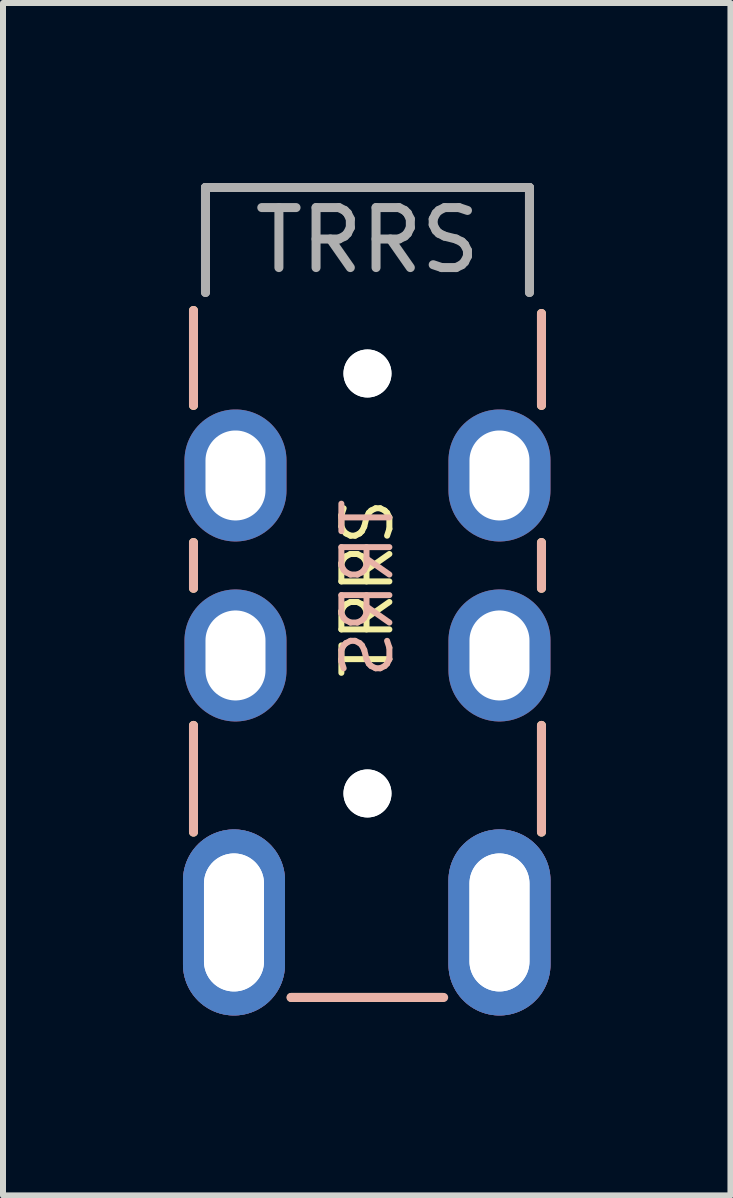
<source format=kicad_pcb>
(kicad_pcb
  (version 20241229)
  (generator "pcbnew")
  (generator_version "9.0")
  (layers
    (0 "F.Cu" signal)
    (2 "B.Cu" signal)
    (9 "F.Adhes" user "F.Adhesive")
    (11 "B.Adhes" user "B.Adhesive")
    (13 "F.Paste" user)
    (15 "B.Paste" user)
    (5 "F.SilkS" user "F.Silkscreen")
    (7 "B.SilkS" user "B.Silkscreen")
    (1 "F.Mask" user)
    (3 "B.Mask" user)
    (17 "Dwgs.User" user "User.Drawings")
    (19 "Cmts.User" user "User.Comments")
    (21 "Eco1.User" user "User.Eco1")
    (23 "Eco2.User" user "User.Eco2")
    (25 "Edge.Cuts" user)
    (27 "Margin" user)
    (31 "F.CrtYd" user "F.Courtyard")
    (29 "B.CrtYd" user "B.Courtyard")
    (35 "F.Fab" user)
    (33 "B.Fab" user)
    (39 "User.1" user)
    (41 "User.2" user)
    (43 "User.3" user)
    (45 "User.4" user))
  (footprint "TRRS"
    (layer "F.Cu")
    (at 3.075 1.675)
    (property "Reference" "TRRS" (at 0 -0.72 180) (layer "F.Fab") (effects (font (size 1 1) (thickness 0.15))))
    (fp_line (start -2.9 2.032) (end -2.9 0.45) (stroke (width 0.15) (type solid)) (layer "F.SilkS"))
    (fp_line (start -2.9 4.318) (end -2.9 5.08) (stroke (width 0.15) (type solid)) (layer "F.SilkS"))
    (fp_line (start -2.9 7.366) (end -2.9 9.144) (stroke (width 0.15) (type solid)) (layer "F.SilkS"))
    (fp_line (start 1.25 11.9) (end -1.27 11.9) (stroke (width 0.15) (type solid)) (layer "F.SilkS"))
    (fp_line (start 2.9 2.032) (end 2.9 0.5) (stroke (width 0.15) (type solid)) (layer "F.SilkS"))
    (fp_line (start 2.9 4.318) (end 2.9 5.08) (stroke (width 0.15) (type solid)) (layer "F.SilkS"))
    (fp_line (start 2.9 7.366) (end 2.9 9.144) (stroke (width 0.15) (type solid)) (layer "F.SilkS"))
    (fp_line (start -2.9 2.032) (end -2.9 0.45) (stroke (width 0.15) (type solid)) (layer "B.SilkS"))
    (fp_line (start -2.9 4.318) (end -2.9 5.08) (stroke (width 0.15) (type solid)) (layer "B.SilkS"))
    (fp_line (start -2.9 7.366) (end -2.9 9.144) (stroke (width 0.15) (type solid)) (layer "B.SilkS"))
    (fp_line (start -1.275 11.9) (end 1.27 11.9) (stroke (width 0.15) (type solid)) (layer "B.SilkS"))
    (fp_line (start 2.9 2.032) (end 2.9 0.5) (stroke (width 0.15) (type solid)) (layer "B.SilkS"))
    (fp_line (start 2.9 4.318) (end 2.9 5.08) (stroke (width 0.15) (type solid)) (layer "B.SilkS"))
    (fp_line (start 2.9 7.366) (end 2.9 9.144) (stroke (width 0.15) (type solid)) (layer "B.SilkS"))
    (fp_line (start -2.7 -1.6) (end 2.7 -1.6) (stroke (width 0.15) (type solid)) (layer "F.Fab"))
    (fp_line (start -2.7 0.15) (end -2.7 -1.6) (stroke (width 0.15) (type solid)) (layer "F.Fab"))
    (fp_line (start -2.7 0.15) (end -2.7 -1.6) (stroke (width 0.15) (type solid)) (layer "F.Fab"))
    (fp_line (start 2.7 -1.6) (end -2.7 -1.6) (stroke (width 0.15) (type solid)) (layer "F.Fab"))
    (fp_line (start 2.7 0.15) (end 2.7 -1.6) (stroke (width 0.15) (type solid)) (layer "F.Fab"))
    (fp_line (start 2.7 0.15) (end 2.7 -1.6) (stroke (width 0.15) (type solid)) (layer "F.Fab"))
    (fp_text user "TRRS" (at 0 5.08 90) (layer "F.SilkS") (effects (font (size 0.8 0.8) (thickness 0.1))))
    (fp_text user "TRRS" (at 0 5.08 270) (layer "B.SilkS") (effects (font (size 0.8 0.8) (thickness 0.1)) (justify mirror)))
    (pad "" np_thru_hole circle (at 0 1.5 180) (size 0.8 0.8) (drill 0.8) (layers "*.Cu" "*.Mask"))
    (pad "" np_thru_hole circle (at 0 1.5 180) (size 0.8 0.8) (drill 0.8) (layers "*.Cu" "*.Mask"))
    (pad "" np_thru_hole circle (at 0 8.5 180) (size 0.8 0.8) (drill 0.8) (layers "*.Cu" "*.Mask"))
    (pad "" np_thru_hole circle (at 0 8.5 180) (size 0.8 0.8) (drill 0.8) (layers "*.Cu" "*.Mask"))
    (pad "A" thru_hole oval (at -2.225 10.65 180) (size 1.7 3.1) (drill oval 1 2.3) (layers "*.Cu" "*.Mask"))
    (pad "A" thru_hole oval (at 2.2 10.65 180) (size 1.7 3.1) (drill oval 1 2.3) (layers "*.Cu" "*.Mask"))
    (pad "B" thru_hole oval (at -2.2 3.2) (size 1.7 2.2) (drill oval 1 1.5) (layers "*.Cu" "*.Mask"))
    (pad "B" thru_hole oval (at 2.2 3.2) (size 1.7 2.2) (drill oval 1 1.5) (layers "*.Cu" "*.Mask"))
    (pad "C" thru_hole oval (at -2.2 6.2) (size 1.7 2.2) (drill oval 1 1.5) (layers "*.Cu" "*.Mask"))
    (pad "C" thru_hole oval (at 2.2 6.2) (size 1.7 2.2) (drill oval 1 1.5) (layers "*.Cu" "*.Mask"))
    (pad "D" thru_hole oval (at -2.225 10.65 180) (size 1.7 3.1) (drill oval 1 2.3) (layers "*.Cu" "*.Mask"))
    (pad "D" thru_hole oval (at 2.2 10.65 180) (size 1.7 3.1) (drill oval 1 2.3) (layers "*.Cu" "*.Mask")))
  (gr_rect
    (start -3 -3)
    (end 9.125 16.875)
    (stroke (width 0.1) (type default))
    (fill no)
    (layer "Edge.Cuts")))
</source>
